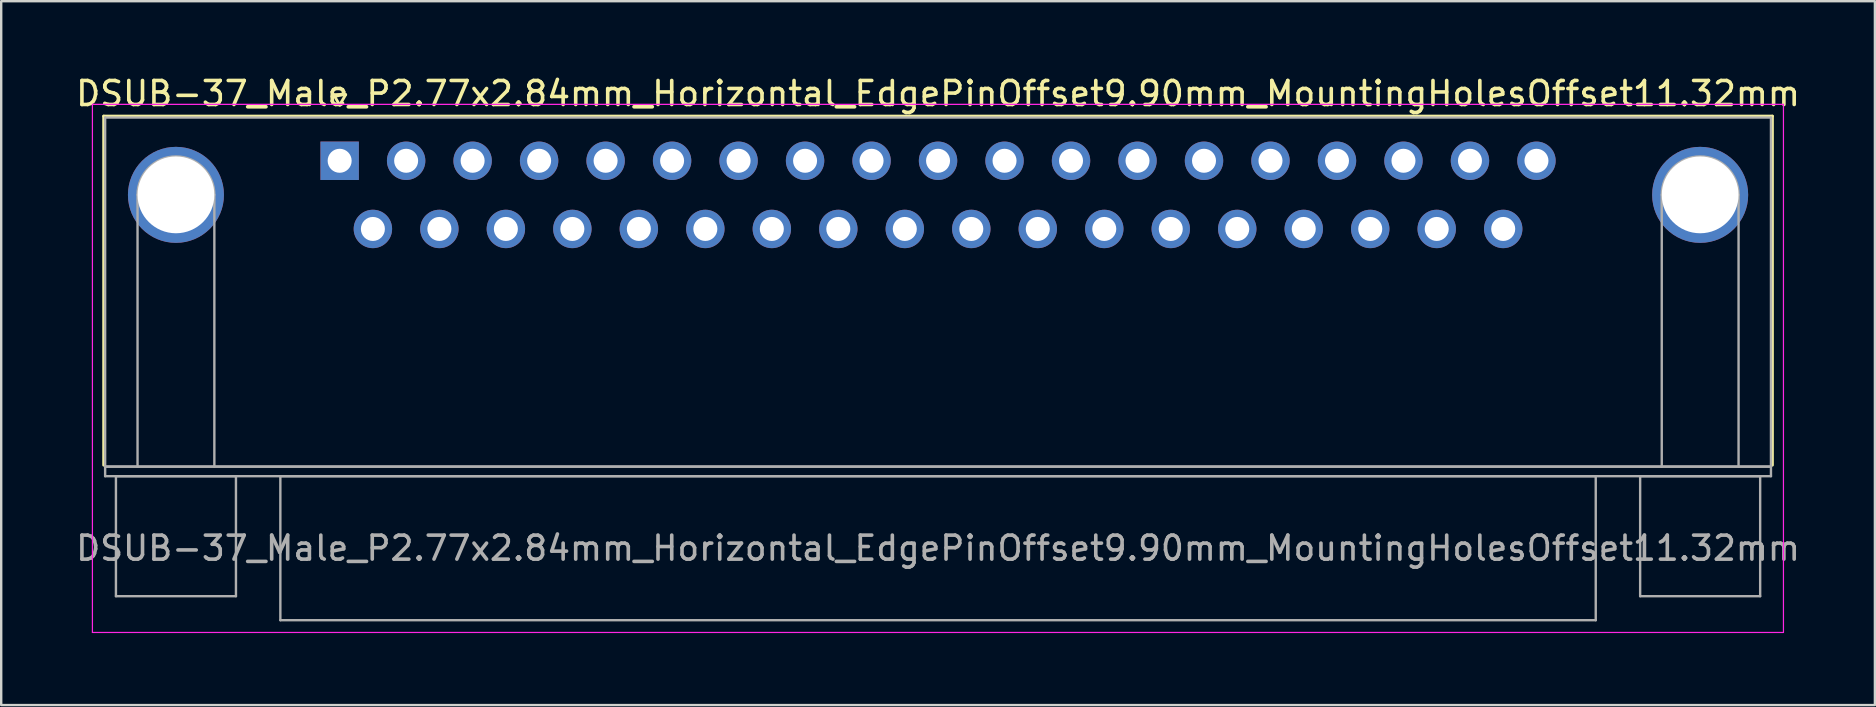
<source format=kicad_pcb>
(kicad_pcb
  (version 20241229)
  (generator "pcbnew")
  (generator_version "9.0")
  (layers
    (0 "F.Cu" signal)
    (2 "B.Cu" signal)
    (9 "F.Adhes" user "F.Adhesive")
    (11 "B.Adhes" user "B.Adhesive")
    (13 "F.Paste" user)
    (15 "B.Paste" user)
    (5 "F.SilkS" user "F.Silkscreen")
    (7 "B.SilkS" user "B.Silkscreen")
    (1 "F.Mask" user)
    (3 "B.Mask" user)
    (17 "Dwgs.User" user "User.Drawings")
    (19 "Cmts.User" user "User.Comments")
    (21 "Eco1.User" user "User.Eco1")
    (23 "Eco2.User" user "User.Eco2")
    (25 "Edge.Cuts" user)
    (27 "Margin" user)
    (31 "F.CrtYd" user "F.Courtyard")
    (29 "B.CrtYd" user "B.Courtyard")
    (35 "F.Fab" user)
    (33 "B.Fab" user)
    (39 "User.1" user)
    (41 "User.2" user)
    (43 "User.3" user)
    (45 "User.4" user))
  (footprint "DSUB-37_Male_P2.77x2.84mm_Horizontal_EdgePinOffset9.90mm_MountingHolesOffset11.32mm"
    (layer "F.Cu")
    (at 11.1 3.648)
    (property "Reference" "DSUB-37_Male_P2.77x2.84mm_Horizontal_EdgePinOffset9.90mm_MountingHolesOffset11.32mm" (at 24.93 -2.8 0) (layer "F.SilkS") (effects (font (size 1 1) (thickness 0.15))))
    (attr through_hole)
    (fp_line (start -9.83 -1.86) (end 59.69 -1.86) (stroke (width 0.12) (type solid)) (layer "F.SilkS"))
    (fp_line (start -9.83 12.68) (end -9.83 -1.86) (stroke (width 0.12) (type solid)) (layer "F.SilkS"))
    (fp_line (start -0.25 -2.754) (end 0.25 -2.754) (stroke (width 0.12) (type solid)) (layer "F.SilkS"))
    (fp_line (start 0 -2.321) (end -0.25 -2.754) (stroke (width 0.12) (type solid)) (layer "F.SilkS"))
    (fp_line (start 0.25 -2.754) (end 0 -2.321) (stroke (width 0.12) (type solid)) (layer "F.SilkS"))
    (fp_line (start 59.69 -1.86) (end 59.69 12.68) (stroke (width 0.12) (type solid)) (layer "F.SilkS"))
    (fp_line (start -10.3 -2.35) (end -10.3 19.65) (stroke (width 0.05) (type solid)) (layer "F.CrtYd"))
    (fp_line (start -10.3 19.65) (end 60.15 19.65) (stroke (width 0.05) (type solid)) (layer "F.CrtYd"))
    (fp_line (start 60.15 -2.35) (end -10.3 -2.35) (stroke (width 0.05) (type solid)) (layer "F.CrtYd"))
    (fp_line (start 60.15 19.65) (end 60.15 -2.35) (stroke (width 0.05) (type solid)) (layer "F.CrtYd"))
    (fp_line (start -9.77 -1.8) (end -9.77 12.74) (stroke (width 0.1) (type solid)) (layer "F.Fab"))
    (fp_line (start -9.77 12.74) (end -9.77 13.14) (stroke (width 0.1) (type solid)) (layer "F.Fab"))
    (fp_line (start -9.77 12.74) (end 59.63 12.74) (stroke (width 0.1) (type solid)) (layer "F.Fab"))
    (fp_line (start -9.77 13.14) (end 59.63 13.14) (stroke (width 0.1) (type solid)) (layer "F.Fab"))
    (fp_line (start -9.32 13.14) (end -9.32 18.14) (stroke (width 0.1) (type solid)) (layer "F.Fab"))
    (fp_line (start -9.32 18.14) (end -4.32 18.14) (stroke (width 0.1) (type solid)) (layer "F.Fab"))
    (fp_line (start -8.42 12.74) (end -8.42 1.42) (stroke (width 0.1) (type solid)) (layer "F.Fab"))
    (fp_line (start -5.22 12.74) (end -5.22 1.42) (stroke (width 0.1) (type solid)) (layer "F.Fab"))
    (fp_line (start -4.32 13.14) (end -9.32 13.14) (stroke (width 0.1) (type solid)) (layer "F.Fab"))
    (fp_line (start -4.32 18.14) (end -4.32 13.14) (stroke (width 0.1) (type solid)) (layer "F.Fab"))
    (fp_line (start -2.47 13.14) (end -2.47 19.14) (stroke (width 0.1) (type solid)) (layer "F.Fab"))
    (fp_line (start -2.47 19.14) (end 52.33 19.14) (stroke (width 0.1) (type solid)) (layer "F.Fab"))
    (fp_line (start 52.33 13.14) (end -2.47 13.14) (stroke (width 0.1) (type solid)) (layer "F.Fab"))
    (fp_line (start 52.33 19.14) (end 52.33 13.14) (stroke (width 0.1) (type solid)) (layer "F.Fab"))
    (fp_line (start 54.18 13.14) (end 54.18 18.14) (stroke (width 0.1) (type solid)) (layer "F.Fab"))
    (fp_line (start 54.18 18.14) (end 59.18 18.14) (stroke (width 0.1) (type solid)) (layer "F.Fab"))
    (fp_line (start 55.08 12.74) (end 55.08 1.42) (stroke (width 0.1) (type solid)) (layer "F.Fab"))
    (fp_line (start 58.28 12.74) (end 58.28 1.42) (stroke (width 0.1) (type solid)) (layer "F.Fab"))
    (fp_line (start 59.18 13.14) (end 54.18 13.14) (stroke (width 0.1) (type solid)) (layer "F.Fab"))
    (fp_line (start 59.18 18.14) (end 59.18 13.14) (stroke (width 0.1) (type solid)) (layer "F.Fab"))
    (fp_line (start 59.63 -1.8) (end -9.77 -1.8) (stroke (width 0.1) (type solid)) (layer "F.Fab"))
    (fp_line (start 59.63 12.74) (end -9.77 12.74) (stroke (width 0.1) (type solid)) (layer "F.Fab"))
    (fp_line (start 59.63 12.74) (end 59.63 -1.8) (stroke (width 0.1) (type solid)) (layer "F.Fab"))
    (fp_line (start 59.63 13.14) (end 59.63 12.74) (stroke (width 0.1) (type solid)) (layer "F.Fab"))
    (fp_arc (start -8.42 1.42) (mid -6.82 -0.18) (end -5.22 1.42) (stroke (width 0.1) (type solid)) (layer "F.Fab"))
    (fp_arc (start 55.08 1.42) (mid 56.68 -0.18) (end 58.28 1.42) (stroke (width 0.1) (type solid)) (layer "F.Fab"))
    (fp_text user "${REFERENCE}" (at 24.93 16.14 0) (layer "F.Fab") (effects (font (size 1 1) (thickness 0.15))))
    (pad "0" thru_hole circle (at -6.82 1.42) (size 4 4) (drill 3.2) (layers "*.Cu" "*.Mask"))
    (pad "0" thru_hole circle (at 56.68 1.42) (size 4 4) (drill 3.2) (layers "*.Cu" "*.Mask"))
    (pad "1" thru_hole rect (at 0 0) (size 1.6 1.6) (drill 1) (layers "*.Cu" "*.Mask"))
    (pad "2" thru_hole circle (at 2.77 0) (size 1.6 1.6) (drill 1) (layers "*.Cu" "*.Mask"))
    (pad "3" thru_hole circle (at 5.54 0) (size 1.6 1.6) (drill 1) (layers "*.Cu" "*.Mask"))
    (pad "4" thru_hole circle (at 8.31 0) (size 1.6 1.6) (drill 1) (layers "*.Cu" "*.Mask"))
    (pad "5" thru_hole circle (at 11.08 0) (size 1.6 1.6) (drill 1) (layers "*.Cu" "*.Mask"))
    (pad "6" thru_hole circle (at 13.85 0) (size 1.6 1.6) (drill 1) (layers "*.Cu" "*.Mask"))
    (pad "7" thru_hole circle (at 16.62 0) (size 1.6 1.6) (drill 1) (layers "*.Cu" "*.Mask"))
    (pad "8" thru_hole circle (at 19.39 0) (size 1.6 1.6) (drill 1) (layers "*.Cu" "*.Mask"))
    (pad "9" thru_hole circle (at 22.16 0) (size 1.6 1.6) (drill 1) (layers "*.Cu" "*.Mask"))
    (pad "10" thru_hole circle (at 24.93 0) (size 1.6 1.6) (drill 1) (layers "*.Cu" "*.Mask"))
    (pad "11" thru_hole circle (at 27.7 0) (size 1.6 1.6) (drill 1) (layers "*.Cu" "*.Mask"))
    (pad "12" thru_hole circle (at 30.47 0) (size 1.6 1.6) (drill 1) (layers "*.Cu" "*.Mask"))
    (pad "13" thru_hole circle (at 33.24 0) (size 1.6 1.6) (drill 1) (layers "*.Cu" "*.Mask"))
    (pad "14" thru_hole circle (at 36.01 0) (size 1.6 1.6) (drill 1) (layers "*.Cu" "*.Mask"))
    (pad "15" thru_hole circle (at 38.78 0) (size 1.6 1.6) (drill 1) (layers "*.Cu" "*.Mask"))
    (pad "16" thru_hole circle (at 41.55 0) (size 1.6 1.6) (drill 1) (layers "*.Cu" "*.Mask"))
    (pad "17" thru_hole circle (at 44.32 0) (size 1.6 1.6) (drill 1) (layers "*.Cu" "*.Mask"))
    (pad "18" thru_hole circle (at 47.09 0) (size 1.6 1.6) (drill 1) (layers "*.Cu" "*.Mask"))
    (pad "19" thru_hole circle (at 49.86 0) (size 1.6 1.6) (drill 1) (layers "*.Cu" "*.Mask"))
    (pad "20" thru_hole circle (at 1.385 2.84) (size 1.6 1.6) (drill 1) (layers "*.Cu" "*.Mask"))
    (pad "21" thru_hole circle (at 4.155 2.84) (size 1.6 1.6) (drill 1) (layers "*.Cu" "*.Mask"))
    (pad "22" thru_hole circle (at 6.925 2.84) (size 1.6 1.6) (drill 1) (layers "*.Cu" "*.Mask"))
    (pad "23" thru_hole circle (at 9.695 2.84) (size 1.6 1.6) (drill 1) (layers "*.Cu" "*.Mask"))
    (pad "24" thru_hole circle (at 12.465 2.84) (size 1.6 1.6) (drill 1) (layers "*.Cu" "*.Mask"))
    (pad "25" thru_hole circle (at 15.235 2.84) (size 1.6 1.6) (drill 1) (layers "*.Cu" "*.Mask"))
    (pad "26" thru_hole circle (at 18.005 2.84) (size 1.6 1.6) (drill 1) (layers "*.Cu" "*.Mask"))
    (pad "27" thru_hole circle (at 20.775 2.84) (size 1.6 1.6) (drill 1) (layers "*.Cu" "*.Mask"))
    (pad "28" thru_hole circle (at 23.545 2.84) (size 1.6 1.6) (drill 1) (layers "*.Cu" "*.Mask"))
    (pad "29" thru_hole circle (at 26.315 2.84) (size 1.6 1.6) (drill 1) (layers "*.Cu" "*.Mask"))
    (pad "30" thru_hole circle (at 29.085 2.84) (size 1.6 1.6) (drill 1) (layers "*.Cu" "*.Mask"))
    (pad "31" thru_hole circle (at 31.855 2.84) (size 1.6 1.6) (drill 1) (layers "*.Cu" "*.Mask"))
    (pad "32" thru_hole circle (at 34.625 2.84) (size 1.6 1.6) (drill 1) (layers "*.Cu" "*.Mask"))
    (pad "33" thru_hole circle (at 37.395 2.84) (size 1.6 1.6) (drill 1) (layers "*.Cu" "*.Mask"))
    (pad "34" thru_hole circle (at 40.165 2.84) (size 1.6 1.6) (drill 1) (layers "*.Cu" "*.Mask"))
    (pad "35" thru_hole circle (at 42.935 2.84) (size 1.6 1.6) (drill 1) (layers "*.Cu" "*.Mask"))
    (pad "36" thru_hole circle (at 45.705 2.84) (size 1.6 1.6) (drill 1) (layers "*.Cu" "*.Mask"))
    (pad "37" thru_hole circle (at 48.475 2.84) (size 1.6 1.6) (drill 1) (layers "*.Cu" "*.Mask")))
  (gr_rect
    (start -3 -3)
    (end 75.06 26.323)
    (stroke (width 0.1) (type default))
    (fill no)
    (layer "Edge.Cuts")))
</source>
